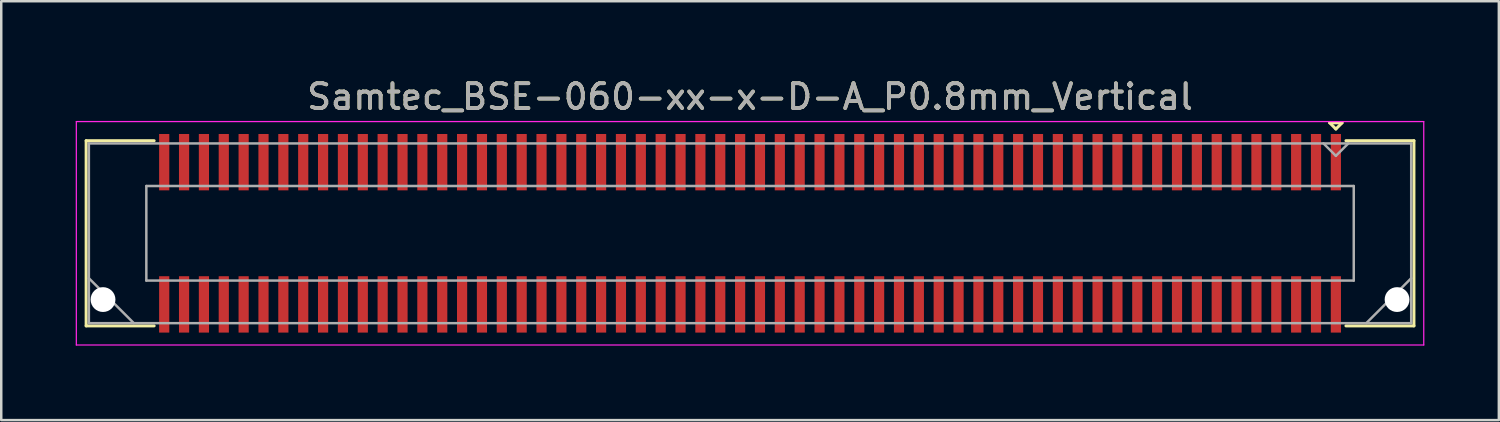
<source format=kicad_pcb>
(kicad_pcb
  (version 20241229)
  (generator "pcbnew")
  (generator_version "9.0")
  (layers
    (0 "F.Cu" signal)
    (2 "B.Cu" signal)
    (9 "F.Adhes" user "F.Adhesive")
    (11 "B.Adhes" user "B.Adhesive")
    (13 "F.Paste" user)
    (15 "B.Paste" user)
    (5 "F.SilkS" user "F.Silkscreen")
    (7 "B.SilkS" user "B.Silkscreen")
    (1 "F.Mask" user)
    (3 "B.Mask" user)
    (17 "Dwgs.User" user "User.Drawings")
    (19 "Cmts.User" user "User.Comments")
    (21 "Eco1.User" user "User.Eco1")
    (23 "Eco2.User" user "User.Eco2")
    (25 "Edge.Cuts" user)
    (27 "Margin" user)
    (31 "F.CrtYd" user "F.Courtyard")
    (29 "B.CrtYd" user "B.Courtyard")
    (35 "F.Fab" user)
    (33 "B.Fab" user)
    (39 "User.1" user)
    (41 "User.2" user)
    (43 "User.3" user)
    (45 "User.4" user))
  (footprint "Samtec_BSE-060-xx-x-D-A_P0.8mm_Vertical"
    (layer "F.Cu")
    (at 27.165 6.348)
    (property "Reference" "Samtec_BSE-060-xx-x-D-A_P0.8mm_Vertical" (at 0 -5.5 0) (layer "F.SilkS") (effects (font (size 1 1) (thickness 0.15))))
    (attr smd)
    (fp_line (start -26.745 -3.73) (end -24.005 -3.73) (stroke (width 0.12) (type solid)) (layer "F.SilkS"))
    (fp_line (start -26.745 3.73) (end -26.745 -3.73) (stroke (width 0.12) (type solid)) (layer "F.SilkS"))
    (fp_line (start -24.005 3.73) (end -26.745 3.73) (stroke (width 0.12) (type solid)) (layer "F.SilkS"))
    (fp_line (start 23.35 -4.45) (end 23.85 -4.45) (stroke (width 0.12) (type solid)) (layer "F.SilkS"))
    (fp_line (start 23.6 -4.2) (end 23.35 -4.45) (stroke (width 0.12) (type solid)) (layer "F.SilkS"))
    (fp_line (start 23.85 -4.45) (end 23.6 -4.2) (stroke (width 0.12) (type solid)) (layer "F.SilkS"))
    (fp_line (start 24.005 3.73) (end 26.745 3.73) (stroke (width 0.12) (type solid)) (layer "F.SilkS"))
    (fp_line (start 26.745 -3.73) (end 24.005 -3.73) (stroke (width 0.12) (type solid)) (layer "F.SilkS"))
    (fp_line (start 26.745 3.73) (end 26.745 -3.73) (stroke (width 0.12) (type solid)) (layer "F.SilkS"))
    (fp_line (start -27.14 -4.5) (end -27.14 4.5) (stroke (width 0.05) (type solid)) (layer "F.CrtYd"))
    (fp_line (start -27.14 4.5) (end 27.14 4.5) (stroke (width 0.05) (type solid)) (layer "F.CrtYd"))
    (fp_line (start 27.14 -4.5) (end -27.14 -4.5) (stroke (width 0.05) (type solid)) (layer "F.CrtYd"))
    (fp_line (start 27.14 4.5) (end 27.14 -4.5) (stroke (width 0.05) (type solid)) (layer "F.CrtYd"))
    (fp_line (start -26.635 -3.62) (end -26.635 3.62) (stroke (width 0.1) (type solid)) (layer "F.Fab"))
    (fp_line (start -26.635 1.81) (end -24.825 3.62) (stroke (width 0.1) (type solid)) (layer "F.Fab"))
    (fp_line (start -26.635 3.62) (end 26.635 3.62) (stroke (width 0.1) (type solid)) (layer "F.Fab"))
    (fp_line (start -24.32 -1.905) (end -24.32 1.905) (stroke (width 0.1) (type solid)) (layer "F.Fab"))
    (fp_line (start -24.32 1.905) (end 24.32 1.905) (stroke (width 0.1) (type solid)) (layer "F.Fab"))
    (fp_line (start 23.6 -3.12) (end 23.1 -3.62) (stroke (width 0.1) (type solid)) (layer "F.Fab"))
    (fp_line (start 24.1 -3.62) (end 23.6 -3.12) (stroke (width 0.1) (type solid)) (layer "F.Fab"))
    (fp_line (start 24.32 -1.905) (end -24.32 -1.905) (stroke (width 0.1) (type solid)) (layer "F.Fab"))
    (fp_line (start 24.32 1.905) (end 24.32 -1.905) (stroke (width 0.1) (type solid)) (layer "F.Fab"))
    (fp_line (start 26.635 -3.62) (end -26.635 -3.62) (stroke (width 0.1) (type solid)) (layer "F.Fab"))
    (fp_line (start 26.635 1.81) (end 24.825 3.62) (stroke (width 0.1) (type solid)) (layer "F.Fab"))
    (fp_line (start 26.635 3.62) (end 26.635 -3.62) (stroke (width 0.1) (type solid)) (layer "F.Fab"))
    (fp_text user "${REFERENCE}" (at 0 -5.5 0) (layer "F.Fab") (effects (font (size 1 1) (thickness 0.15))))
    (pad "" np_thru_hole circle (at -26.065 2.67) (size 1 1) (drill 1) (layers "*.Cu" "*.Mask"))
    (pad "" np_thru_hole circle (at 26.065 2.67) (size 1 1) (drill 1) (layers "*.Cu" "*.Mask"))
    (pad "1" smd rect (at 23.6 -2.865) (size 0.41 2.27) (layers "F.Cu" "F.Mask" "F.Paste"))
    (pad "2" smd rect (at 23.6 2.865) (size 0.41 2.27) (layers "F.Cu" "F.Mask" "F.Paste"))
    (pad "3" smd rect (at 22.8 -2.865) (size 0.41 2.27) (layers "F.Cu" "F.Mask" "F.Paste"))
    (pad "4" smd rect (at 22.8 2.865) (size 0.41 2.27) (layers "F.Cu" "F.Mask" "F.Paste"))
    (pad "5" smd rect (at 22 -2.865) (size 0.41 2.27) (layers "F.Cu" "F.Mask" "F.Paste"))
    (pad "6" smd rect (at 22 2.865) (size 0.41 2.27) (layers "F.Cu" "F.Mask" "F.Paste"))
    (pad "7" smd rect (at 21.2 -2.865) (size 0.41 2.27) (layers "F.Cu" "F.Mask" "F.Paste"))
    (pad "8" smd rect (at 21.2 2.865) (size 0.41 2.27) (layers "F.Cu" "F.Mask" "F.Paste"))
    (pad "9" smd rect (at 20.4 -2.865) (size 0.41 2.27) (layers "F.Cu" "F.Mask" "F.Paste"))
    (pad "10" smd rect (at 20.4 2.865) (size 0.41 2.27) (layers "F.Cu" "F.Mask" "F.Paste"))
    (pad "11" smd rect (at 19.6 -2.865) (size 0.41 2.27) (layers "F.Cu" "F.Mask" "F.Paste"))
    (pad "12" smd rect (at 19.6 2.865) (size 0.41 2.27) (layers "F.Cu" "F.Mask" "F.Paste"))
    (pad "13" smd rect (at 18.8 -2.865) (size 0.41 2.27) (layers "F.Cu" "F.Mask" "F.Paste"))
    (pad "14" smd rect (at 18.8 2.865) (size 0.41 2.27) (layers "F.Cu" "F.Mask" "F.Paste"))
    (pad "15" smd rect (at 18 -2.865) (size 0.41 2.27) (layers "F.Cu" "F.Mask" "F.Paste"))
    (pad "16" smd rect (at 18 2.865) (size 0.41 2.27) (layers "F.Cu" "F.Mask" "F.Paste"))
    (pad "17" smd rect (at 17.2 -2.865) (size 0.41 2.27) (layers "F.Cu" "F.Mask" "F.Paste"))
    (pad "18" smd rect (at 17.2 2.865) (size 0.41 2.27) (layers "F.Cu" "F.Mask" "F.Paste"))
    (pad "19" smd rect (at 16.4 -2.865) (size 0.41 2.27) (layers "F.Cu" "F.Mask" "F.Paste"))
    (pad "20" smd rect (at 16.4 2.865) (size 0.41 2.27) (layers "F.Cu" "F.Mask" "F.Paste"))
    (pad "21" smd rect (at 15.6 -2.865) (size 0.41 2.27) (layers "F.Cu" "F.Mask" "F.Paste"))
    (pad "22" smd rect (at 15.6 2.865) (size 0.41 2.27) (layers "F.Cu" "F.Mask" "F.Paste"))
    (pad "23" smd rect (at 14.8 -2.865) (size 0.41 2.27) (layers "F.Cu" "F.Mask" "F.Paste"))
    (pad "24" smd rect (at 14.8 2.865) (size 0.41 2.27) (layers "F.Cu" "F.Mask" "F.Paste"))
    (pad "25" smd rect (at 14 -2.865) (size 0.41 2.27) (layers "F.Cu" "F.Mask" "F.Paste"))
    (pad "26" smd rect (at 14 2.865) (size 0.41 2.27) (layers "F.Cu" "F.Mask" "F.Paste"))
    (pad "27" smd rect (at 13.2 -2.865) (size 0.41 2.27) (layers "F.Cu" "F.Mask" "F.Paste"))
    (pad "28" smd rect (at 13.2 2.865) (size 0.41 2.27) (layers "F.Cu" "F.Mask" "F.Paste"))
    (pad "29" smd rect (at 12.4 -2.865) (size 0.41 2.27) (layers "F.Cu" "F.Mask" "F.Paste"))
    (pad "30" smd rect (at 12.4 2.865) (size 0.41 2.27) (layers "F.Cu" "F.Mask" "F.Paste"))
    (pad "31" smd rect (at 11.6 -2.865) (size 0.41 2.27) (layers "F.Cu" "F.Mask" "F.Paste"))
    (pad "32" smd rect (at 11.6 2.865) (size 0.41 2.27) (layers "F.Cu" "F.Mask" "F.Paste"))
    (pad "33" smd rect (at 10.8 -2.865) (size 0.41 2.27) (layers "F.Cu" "F.Mask" "F.Paste"))
    (pad "34" smd rect (at 10.8 2.865) (size 0.41 2.27) (layers "F.Cu" "F.Mask" "F.Paste"))
    (pad "35" smd rect (at 10 -2.865) (size 0.41 2.27) (layers "F.Cu" "F.Mask" "F.Paste"))
    (pad "36" smd rect (at 10 2.865) (size 0.41 2.27) (layers "F.Cu" "F.Mask" "F.Paste"))
    (pad "37" smd rect (at 9.2 -2.865) (size 0.41 2.27) (layers "F.Cu" "F.Mask" "F.Paste"))
    (pad "38" smd rect (at 9.2 2.865) (size 0.41 2.27) (layers "F.Cu" "F.Mask" "F.Paste"))
    (pad "39" smd rect (at 8.4 -2.865) (size 0.41 2.27) (layers "F.Cu" "F.Mask" "F.Paste"))
    (pad "40" smd rect (at 8.4 2.865) (size 0.41 2.27) (layers "F.Cu" "F.Mask" "F.Paste"))
    (pad "41" smd rect (at 7.6 -2.865) (size 0.41 2.27) (layers "F.Cu" "F.Mask" "F.Paste"))
    (pad "42" smd rect (at 7.6 2.865) (size 0.41 2.27) (layers "F.Cu" "F.Mask" "F.Paste"))
    (pad "43" smd rect (at 6.8 -2.865) (size 0.41 2.27) (layers "F.Cu" "F.Mask" "F.Paste"))
    (pad "44" smd rect (at 6.8 2.865) (size 0.41 2.27) (layers "F.Cu" "F.Mask" "F.Paste"))
    (pad "45" smd rect (at 6 -2.865) (size 0.41 2.27) (layers "F.Cu" "F.Mask" "F.Paste"))
    (pad "46" smd rect (at 6 2.865) (size 0.41 2.27) (layers "F.Cu" "F.Mask" "F.Paste"))
    (pad "47" smd rect (at 5.2 -2.865) (size 0.41 2.27) (layers "F.Cu" "F.Mask" "F.Paste"))
    (pad "48" smd rect (at 5.2 2.865) (size 0.41 2.27) (layers "F.Cu" "F.Mask" "F.Paste"))
    (pad "49" smd rect (at 4.4 -2.865) (size 0.41 2.27) (layers "F.Cu" "F.Mask" "F.Paste"))
    (pad "50" smd rect (at 4.4 2.865) (size 0.41 2.27) (layers "F.Cu" "F.Mask" "F.Paste"))
    (pad "51" smd rect (at 3.6 -2.865) (size 0.41 2.27) (layers "F.Cu" "F.Mask" "F.Paste"))
    (pad "52" smd rect (at 3.6 2.865) (size 0.41 2.27) (layers "F.Cu" "F.Mask" "F.Paste"))
    (pad "53" smd rect (at 2.8 -2.865) (size 0.41 2.27) (layers "F.Cu" "F.Mask" "F.Paste"))
    (pad "54" smd rect (at 2.8 2.865) (size 0.41 2.27) (layers "F.Cu" "F.Mask" "F.Paste"))
    (pad "55" smd rect (at 2 -2.865) (size 0.41 2.27) (layers "F.Cu" "F.Mask" "F.Paste"))
    (pad "56" smd rect (at 2 2.865) (size 0.41 2.27) (layers "F.Cu" "F.Mask" "F.Paste"))
    (pad "57" smd rect (at 1.2 -2.865) (size 0.41 2.27) (layers "F.Cu" "F.Mask" "F.Paste"))
    (pad "58" smd rect (at 1.2 2.865) (size 0.41 2.27) (layers "F.Cu" "F.Mask" "F.Paste"))
    (pad "59" smd rect (at 0.4 -2.865) (size 0.41 2.27) (layers "F.Cu" "F.Mask" "F.Paste"))
    (pad "60" smd rect (at 0.4 2.865) (size 0.41 2.27) (layers "F.Cu" "F.Mask" "F.Paste"))
    (pad "61" smd rect (at -0.4 -2.865) (size 0.41 2.27) (layers "F.Cu" "F.Mask" "F.Paste"))
    (pad "62" smd rect (at -0.4 2.865) (size 0.41 2.27) (layers "F.Cu" "F.Mask" "F.Paste"))
    (pad "63" smd rect (at -1.2 -2.865) (size 0.41 2.27) (layers "F.Cu" "F.Mask" "F.Paste"))
    (pad "64" smd rect (at -1.2 2.865) (size 0.41 2.27) (layers "F.Cu" "F.Mask" "F.Paste"))
    (pad "65" smd rect (at -2 -2.865) (size 0.41 2.27) (layers "F.Cu" "F.Mask" "F.Paste"))
    (pad "66" smd rect (at -2 2.865) (size 0.41 2.27) (layers "F.Cu" "F.Mask" "F.Paste"))
    (pad "67" smd rect (at -2.8 -2.865) (size 0.41 2.27) (layers "F.Cu" "F.Mask" "F.Paste"))
    (pad "68" smd rect (at -2.8 2.865) (size 0.41 2.27) (layers "F.Cu" "F.Mask" "F.Paste"))
    (pad "69" smd rect (at -3.6 -2.865) (size 0.41 2.27) (layers "F.Cu" "F.Mask" "F.Paste"))
    (pad "70" smd rect (at -3.6 2.865) (size 0.41 2.27) (layers "F.Cu" "F.Mask" "F.Paste"))
    (pad "71" smd rect (at -4.4 -2.865) (size 0.41 2.27) (layers "F.Cu" "F.Mask" "F.Paste"))
    (pad "72" smd rect (at -4.4 2.865) (size 0.41 2.27) (layers "F.Cu" "F.Mask" "F.Paste"))
    (pad "73" smd rect (at -5.2 -2.865) (size 0.41 2.27) (layers "F.Cu" "F.Mask" "F.Paste"))
    (pad "74" smd rect (at -5.2 2.865) (size 0.41 2.27) (layers "F.Cu" "F.Mask" "F.Paste"))
    (pad "75" smd rect (at -6 -2.865) (size 0.41 2.27) (layers "F.Cu" "F.Mask" "F.Paste"))
    (pad "76" smd rect (at -6 2.865) (size 0.41 2.27) (layers "F.Cu" "F.Mask" "F.Paste"))
    (pad "77" smd rect (at -6.8 -2.865) (size 0.41 2.27) (layers "F.Cu" "F.Mask" "F.Paste"))
    (pad "78" smd rect (at -6.8 2.865) (size 0.41 2.27) (layers "F.Cu" "F.Mask" "F.Paste"))
    (pad "79" smd rect (at -7.6 -2.865) (size 0.41 2.27) (layers "F.Cu" "F.Mask" "F.Paste"))
    (pad "80" smd rect (at -7.6 2.865) (size 0.41 2.27) (layers "F.Cu" "F.Mask" "F.Paste"))
    (pad "81" smd rect (at -8.4 -2.865) (size 0.41 2.27) (layers "F.Cu" "F.Mask" "F.Paste"))
    (pad "82" smd rect (at -8.4 2.865) (size 0.41 2.27) (layers "F.Cu" "F.Mask" "F.Paste"))
    (pad "83" smd rect (at -9.2 -2.865) (size 0.41 2.27) (layers "F.Cu" "F.Mask" "F.Paste"))
    (pad "84" smd rect (at -9.2 2.865) (size 0.41 2.27) (layers "F.Cu" "F.Mask" "F.Paste"))
    (pad "85" smd rect (at -10 -2.865) (size 0.41 2.27) (layers "F.Cu" "F.Mask" "F.Paste"))
    (pad "86" smd rect (at -10 2.865) (size 0.41 2.27) (layers "F.Cu" "F.Mask" "F.Paste"))
    (pad "87" smd rect (at -10.8 -2.865) (size 0.41 2.27) (layers "F.Cu" "F.Mask" "F.Paste"))
    (pad "88" smd rect (at -10.8 2.865) (size 0.41 2.27) (layers "F.Cu" "F.Mask" "F.Paste"))
    (pad "89" smd rect (at -11.6 -2.865) (size 0.41 2.27) (layers "F.Cu" "F.Mask" "F.Paste"))
    (pad "90" smd rect (at -11.6 2.865) (size 0.41 2.27) (layers "F.Cu" "F.Mask" "F.Paste"))
    (pad "91" smd rect (at -12.4 -2.865) (size 0.41 2.27) (layers "F.Cu" "F.Mask" "F.Paste"))
    (pad "92" smd rect (at -12.4 2.865) (size 0.41 2.27) (layers "F.Cu" "F.Mask" "F.Paste"))
    (pad "93" smd rect (at -13.2 -2.865) (size 0.41 2.27) (layers "F.Cu" "F.Mask" "F.Paste"))
    (pad "94" smd rect (at -13.2 2.865) (size 0.41 2.27) (layers "F.Cu" "F.Mask" "F.Paste"))
    (pad "95" smd rect (at -14 -2.865) (size 0.41 2.27) (layers "F.Cu" "F.Mask" "F.Paste"))
    (pad "96" smd rect (at -14 2.865) (size 0.41 2.27) (layers "F.Cu" "F.Mask" "F.Paste"))
    (pad "97" smd rect (at -14.8 -2.865) (size 0.41 2.27) (layers "F.Cu" "F.Mask" "F.Paste"))
    (pad "98" smd rect (at -14.8 2.865) (size 0.41 2.27) (layers "F.Cu" "F.Mask" "F.Paste"))
    (pad "99" smd rect (at -15.6 -2.865) (size 0.41 2.27) (layers "F.Cu" "F.Mask" "F.Paste"))
    (pad "100" smd rect (at -15.6 2.865) (size 0.41 2.27) (layers "F.Cu" "F.Mask" "F.Paste"))
    (pad "101" smd rect (at -16.4 -2.865) (size 0.41 2.27) (layers "F.Cu" "F.Mask" "F.Paste"))
    (pad "102" smd rect (at -16.4 2.865) (size 0.41 2.27) (layers "F.Cu" "F.Mask" "F.Paste"))
    (pad "103" smd rect (at -17.2 -2.865) (size 0.41 2.27) (layers "F.Cu" "F.Mask" "F.Paste"))
    (pad "104" smd rect (at -17.2 2.865) (size 0.41 2.27) (layers "F.Cu" "F.Mask" "F.Paste"))
    (pad "105" smd rect (at -18 -2.865) (size 0.41 2.27) (layers "F.Cu" "F.Mask" "F.Paste"))
    (pad "106" smd rect (at -18 2.865) (size 0.41 2.27) (layers "F.Cu" "F.Mask" "F.Paste"))
    (pad "107" smd rect (at -18.8 -2.865) (size 0.41 2.27) (layers "F.Cu" "F.Mask" "F.Paste"))
    (pad "108" smd rect (at -18.8 2.865) (size 0.41 2.27) (layers "F.Cu" "F.Mask" "F.Paste"))
    (pad "109" smd rect (at -19.6 -2.865) (size 0.41 2.27) (layers "F.Cu" "F.Mask" "F.Paste"))
    (pad "110" smd rect (at -19.6 2.865) (size 0.41 2.27) (layers "F.Cu" "F.Mask" "F.Paste"))
    (pad "111" smd rect (at -20.4 -2.865) (size 0.41 2.27) (layers "F.Cu" "F.Mask" "F.Paste"))
    (pad "112" smd rect (at -20.4 2.865) (size 0.41 2.27) (layers "F.Cu" "F.Mask" "F.Paste"))
    (pad "113" smd rect (at -21.2 -2.865) (size 0.41 2.27) (layers "F.Cu" "F.Mask" "F.Paste"))
    (pad "114" smd rect (at -21.2 2.865) (size 0.41 2.27) (layers "F.Cu" "F.Mask" "F.Paste"))
    (pad "115" smd rect (at -22 -2.865) (size 0.41 2.27) (layers "F.Cu" "F.Mask" "F.Paste"))
    (pad "116" smd rect (at -22 2.865) (size 0.41 2.27) (layers "F.Cu" "F.Mask" "F.Paste"))
    (pad "117" smd rect (at -22.8 -2.865) (size 0.41 2.27) (layers "F.Cu" "F.Mask" "F.Paste"))
    (pad "118" smd rect (at -22.8 2.865) (size 0.41 2.27) (layers "F.Cu" "F.Mask" "F.Paste"))
    (pad "119" smd rect (at -23.6 -2.865) (size 0.41 2.27) (layers "F.Cu" "F.Mask" "F.Paste"))
    (pad "120" smd rect (at -23.6 2.865) (size 0.41 2.27) (layers "F.Cu" "F.Mask" "F.Paste")))
  (gr_rect
    (start -3 -3)
    (end 57.33 13.873)
    (stroke (width 0.1) (type default))
    (fill no)
    (layer "Edge.Cuts")))
</source>
